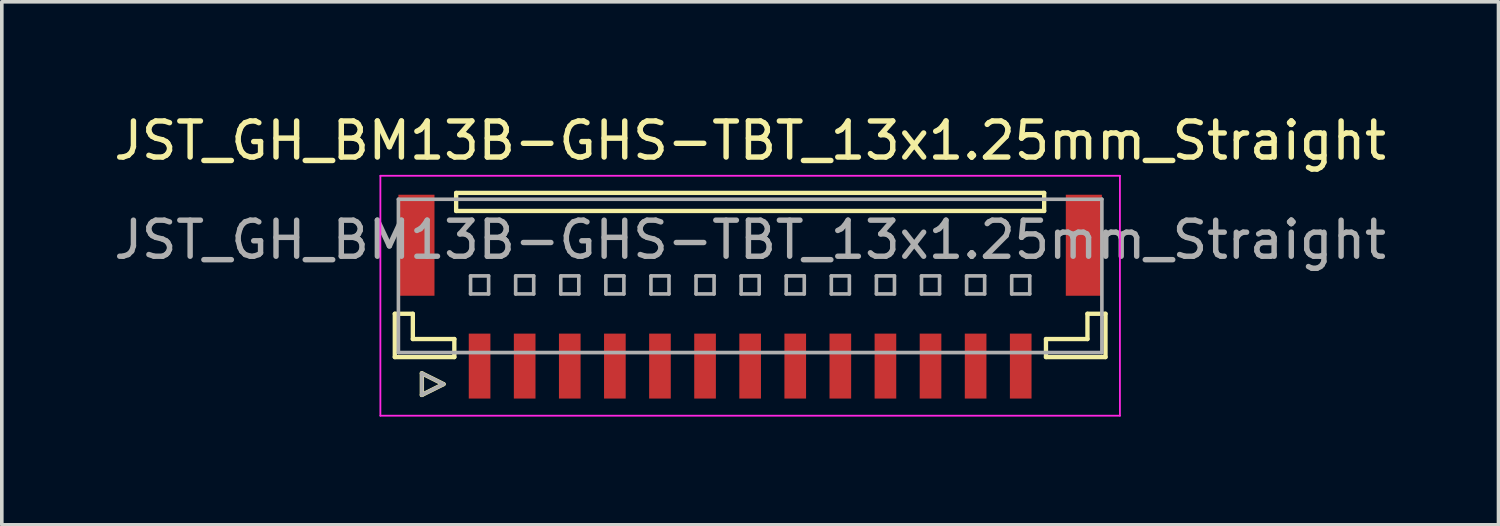
<source format=kicad_pcb>
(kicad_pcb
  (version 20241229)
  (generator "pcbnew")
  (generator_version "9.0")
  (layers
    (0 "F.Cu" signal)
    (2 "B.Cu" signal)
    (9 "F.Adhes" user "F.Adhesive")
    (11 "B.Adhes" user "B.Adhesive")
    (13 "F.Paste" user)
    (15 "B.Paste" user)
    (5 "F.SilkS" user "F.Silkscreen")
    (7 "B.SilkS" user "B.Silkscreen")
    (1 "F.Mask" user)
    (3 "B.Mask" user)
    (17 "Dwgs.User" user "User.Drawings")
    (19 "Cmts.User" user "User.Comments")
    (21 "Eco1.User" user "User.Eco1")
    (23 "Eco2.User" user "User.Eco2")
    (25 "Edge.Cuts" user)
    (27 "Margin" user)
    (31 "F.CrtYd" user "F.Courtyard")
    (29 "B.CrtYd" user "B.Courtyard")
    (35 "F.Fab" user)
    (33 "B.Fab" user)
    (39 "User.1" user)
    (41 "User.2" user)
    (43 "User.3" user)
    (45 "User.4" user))
  (footprint "JST_GH_BM13B-GHS-TBT_13x1.25mm_Straight"
    (layer "F.Cu")
    (at 17.744 5.423)
    (property "Reference" "JST_GH_BM13B-GHS-TBT_13x1.25mm_Straight" (at 0 -4.575 0) (layer "F.SilkS") (effects (font (size 1 1) (thickness 0.15))))
    (attr smd)
    (fp_line (start -9.85 0.225) (end -9.85 1.425) (stroke (width 0.12) (type solid)) (layer "F.SilkS"))
    (fp_line (start -9.85 1.425) (end -8.2 1.425) (stroke (width 0.12) (type solid)) (layer "F.SilkS"))
    (fp_line (start -9.35 0.225) (end -9.85 0.225) (stroke (width 0.12) (type solid)) (layer "F.SilkS"))
    (fp_line (start -9.35 0.925) (end -9.35 0.225) (stroke (width 0.12) (type solid)) (layer "F.SilkS"))
    (fp_line (start -9.1 1.875) (end -8.5 2.175) (stroke (width 0.12) (type solid)) (layer "F.SilkS"))
    (fp_line (start -9.1 2.475) (end -9.1 1.875) (stroke (width 0.12) (type solid)) (layer "F.SilkS"))
    (fp_line (start -8.5 2.175) (end -9.1 2.475) (stroke (width 0.12) (type solid)) (layer "F.SilkS"))
    (fp_line (start -8.2 0.925) (end -9.35 0.925) (stroke (width 0.12) (type solid)) (layer "F.SilkS"))
    (fp_line (start -8.2 1.425) (end -8.2 0.925) (stroke (width 0.12) (type solid)) (layer "F.SilkS"))
    (fp_line (start -8.15 -3.125) (end 8.15 -3.125) (stroke (width 0.12) (type solid)) (layer "F.SilkS"))
    (fp_line (start -8.15 -2.625) (end -8.15 -3.125) (stroke (width 0.12) (type solid)) (layer "F.SilkS"))
    (fp_line (start 8.15 -3.125) (end 8.15 -2.625) (stroke (width 0.12) (type solid)) (layer "F.SilkS"))
    (fp_line (start 8.15 -2.625) (end -8.15 -2.625) (stroke (width 0.12) (type solid)) (layer "F.SilkS"))
    (fp_line (start 8.2 0.925) (end 9.35 0.925) (stroke (width 0.12) (type solid)) (layer "F.SilkS"))
    (fp_line (start 8.2 1.425) (end 8.2 0.925) (stroke (width 0.12) (type solid)) (layer "F.SilkS"))
    (fp_line (start 9.35 0.225) (end 9.85 0.225) (stroke (width 0.12) (type solid)) (layer "F.SilkS"))
    (fp_line (start 9.35 0.925) (end 9.35 0.225) (stroke (width 0.12) (type solid)) (layer "F.SilkS"))
    (fp_line (start 9.85 0.225) (end 9.85 1.425) (stroke (width 0.12) (type solid)) (layer "F.SilkS"))
    (fp_line (start 9.85 1.425) (end 8.2 1.425) (stroke (width 0.12) (type solid)) (layer "F.SilkS"))
    (fp_line (start -10.25 -3.6) (end 10.25 -3.6) (stroke (width 0.05) (type solid)) (layer "F.CrtYd"))
    (fp_line (start -10.25 3.05) (end -10.25 -3.6) (stroke (width 0.05) (type solid)) (layer "F.CrtYd"))
    (fp_line (start 10.25 -3.6) (end 10.25 3.05) (stroke (width 0.05) (type solid)) (layer "F.CrtYd"))
    (fp_line (start 10.25 3.05) (end -10.25 3.05) (stroke (width 0.05) (type solid)) (layer "F.CrtYd"))
    (fp_line (start -9.75 -2.95) (end 9.75 -2.95) (stroke (width 0.1) (type solid)) (layer "F.Fab"))
    (fp_line (start -9.75 1.3) (end -9.75 -2.95) (stroke (width 0.1) (type solid)) (layer "F.Fab"))
    (fp_line (start -9.1 1.875) (end -8.5 2.175) (stroke (width 0.1) (type solid)) (layer "F.Fab"))
    (fp_line (start -9.1 2.475) (end -9.1 1.875) (stroke (width 0.1) (type solid)) (layer "F.Fab"))
    (fp_line (start -8.5 2.175) (end -9.1 2.475) (stroke (width 0.1) (type solid)) (layer "F.Fab"))
    (fp_line (start -7.75 -0.825) (end -7.25 -0.825) (stroke (width 0.1) (type solid)) (layer "F.Fab"))
    (fp_line (start -7.75 -0.325) (end -7.75 -0.825) (stroke (width 0.1) (type solid)) (layer "F.Fab"))
    (fp_line (start -7.25 -0.825) (end -7.25 -0.325) (stroke (width 0.1) (type solid)) (layer "F.Fab"))
    (fp_line (start -7.25 -0.325) (end -7.75 -0.325) (stroke (width 0.1) (type solid)) (layer "F.Fab"))
    (fp_line (start -6.5 -0.825) (end -6 -0.825) (stroke (width 0.1) (type solid)) (layer "F.Fab"))
    (fp_line (start -6.5 -0.325) (end -6.5 -0.825) (stroke (width 0.1) (type solid)) (layer "F.Fab"))
    (fp_line (start -6 -0.825) (end -6 -0.325) (stroke (width 0.1) (type solid)) (layer "F.Fab"))
    (fp_line (start -6 -0.325) (end -6.5 -0.325) (stroke (width 0.1) (type solid)) (layer "F.Fab"))
    (fp_line (start -5.25 -0.825) (end -4.75 -0.825) (stroke (width 0.1) (type solid)) (layer "F.Fab"))
    (fp_line (start -5.25 -0.325) (end -5.25 -0.825) (stroke (width 0.1) (type solid)) (layer "F.Fab"))
    (fp_line (start -4.75 -0.825) (end -4.75 -0.325) (stroke (width 0.1) (type solid)) (layer "F.Fab"))
    (fp_line (start -4.75 -0.325) (end -5.25 -0.325) (stroke (width 0.1) (type solid)) (layer "F.Fab"))
    (fp_line (start -4 -0.825) (end -3.5 -0.825) (stroke (width 0.1) (type solid)) (layer "F.Fab"))
    (fp_line (start -4 -0.325) (end -4 -0.825) (stroke (width 0.1) (type solid)) (layer "F.Fab"))
    (fp_line (start -3.5 -0.825) (end -3.5 -0.325) (stroke (width 0.1) (type solid)) (layer "F.Fab"))
    (fp_line (start -3.5 -0.325) (end -4 -0.325) (stroke (width 0.1) (type solid)) (layer "F.Fab"))
    (fp_line (start -2.75 -0.825) (end -2.25 -0.825) (stroke (width 0.1) (type solid)) (layer "F.Fab"))
    (fp_line (start -2.75 -0.325) (end -2.75 -0.825) (stroke (width 0.1) (type solid)) (layer "F.Fab"))
    (fp_line (start -2.25 -0.825) (end -2.25 -0.325) (stroke (width 0.1) (type solid)) (layer "F.Fab"))
    (fp_line (start -2.25 -0.325) (end -2.75 -0.325) (stroke (width 0.1) (type solid)) (layer "F.Fab"))
    (fp_line (start -1.5 -0.825) (end -1 -0.825) (stroke (width 0.1) (type solid)) (layer "F.Fab"))
    (fp_line (start -1.5 -0.325) (end -1.5 -0.825) (stroke (width 0.1) (type solid)) (layer "F.Fab"))
    (fp_line (start -1 -0.825) (end -1 -0.325) (stroke (width 0.1) (type solid)) (layer "F.Fab"))
    (fp_line (start -1 -0.325) (end -1.5 -0.325) (stroke (width 0.1) (type solid)) (layer "F.Fab"))
    (fp_line (start -0.25 -0.825) (end 0.25 -0.825) (stroke (width 0.1) (type solid)) (layer "F.Fab"))
    (fp_line (start -0.25 -0.325) (end -0.25 -0.825) (stroke (width 0.1) (type solid)) (layer "F.Fab"))
    (fp_line (start 0.25 -0.825) (end 0.25 -0.325) (stroke (width 0.1) (type solid)) (layer "F.Fab"))
    (fp_line (start 0.25 -0.325) (end -0.25 -0.325) (stroke (width 0.1) (type solid)) (layer "F.Fab"))
    (fp_line (start 1 -0.825) (end 1.5 -0.825) (stroke (width 0.1) (type solid)) (layer "F.Fab"))
    (fp_line (start 1 -0.325) (end 1 -0.825) (stroke (width 0.1) (type solid)) (layer "F.Fab"))
    (fp_line (start 1.5 -0.825) (end 1.5 -0.325) (stroke (width 0.1) (type solid)) (layer "F.Fab"))
    (fp_line (start 1.5 -0.325) (end 1 -0.325) (stroke (width 0.1) (type solid)) (layer "F.Fab"))
    (fp_line (start 2.25 -0.825) (end 2.75 -0.825) (stroke (width 0.1) (type solid)) (layer "F.Fab"))
    (fp_line (start 2.25 -0.325) (end 2.25 -0.825) (stroke (width 0.1) (type solid)) (layer "F.Fab"))
    (fp_line (start 2.75 -0.825) (end 2.75 -0.325) (stroke (width 0.1) (type solid)) (layer "F.Fab"))
    (fp_line (start 2.75 -0.325) (end 2.25 -0.325) (stroke (width 0.1) (type solid)) (layer "F.Fab"))
    (fp_line (start 3.5 -0.825) (end 4 -0.825) (stroke (width 0.1) (type solid)) (layer "F.Fab"))
    (fp_line (start 3.5 -0.325) (end 3.5 -0.825) (stroke (width 0.1) (type solid)) (layer "F.Fab"))
    (fp_line (start 4 -0.825) (end 4 -0.325) (stroke (width 0.1) (type solid)) (layer "F.Fab"))
    (fp_line (start 4 -0.325) (end 3.5 -0.325) (stroke (width 0.1) (type solid)) (layer "F.Fab"))
    (fp_line (start 4.75 -0.825) (end 5.25 -0.825) (stroke (width 0.1) (type solid)) (layer "F.Fab"))
    (fp_line (start 4.75 -0.325) (end 4.75 -0.825) (stroke (width 0.1) (type solid)) (layer "F.Fab"))
    (fp_line (start 5.25 -0.825) (end 5.25 -0.325) (stroke (width 0.1) (type solid)) (layer "F.Fab"))
    (fp_line (start 5.25 -0.325) (end 4.75 -0.325) (stroke (width 0.1) (type solid)) (layer "F.Fab"))
    (fp_line (start 6 -0.825) (end 6.5 -0.825) (stroke (width 0.1) (type solid)) (layer "F.Fab"))
    (fp_line (start 6 -0.325) (end 6 -0.825) (stroke (width 0.1) (type solid)) (layer "F.Fab"))
    (fp_line (start 6.5 -0.825) (end 6.5 -0.325) (stroke (width 0.1) (type solid)) (layer "F.Fab"))
    (fp_line (start 6.5 -0.325) (end 6 -0.325) (stroke (width 0.1) (type solid)) (layer "F.Fab"))
    (fp_line (start 7.25 -0.825) (end 7.75 -0.825) (stroke (width 0.1) (type solid)) (layer "F.Fab"))
    (fp_line (start 7.25 -0.325) (end 7.25 -0.825) (stroke (width 0.1) (type solid)) (layer "F.Fab"))
    (fp_line (start 7.75 -0.825) (end 7.75 -0.325) (stroke (width 0.1) (type solid)) (layer "F.Fab"))
    (fp_line (start 7.75 -0.325) (end 7.25 -0.325) (stroke (width 0.1) (type solid)) (layer "F.Fab"))
    (fp_line (start 9.75 -2.95) (end 9.75 1.3) (stroke (width 0.1) (type solid)) (layer "F.Fab"))
    (fp_line (start 9.75 1.3) (end -9.75 1.3) (stroke (width 0.1) (type solid)) (layer "F.Fab"))
    (fp_text user "${REFERENCE}" (at 0 -1.825 0) (layer "F.Fab") (effects (font (size 1 1) (thickness 0.15))))
    (pad "" smd rect (at -9.25 -1.675) (size 1 2.8) (layers "F.Cu" "F.Mask" "F.Paste"))
    (pad "" smd rect (at 9.25 -1.675) (size 1 2.8) (layers "F.Cu" "F.Mask" "F.Paste"))
    (pad "1" smd rect (at -7.5 1.675) (size 0.6 1.8) (layers "F.Cu" "F.Mask" "F.Paste"))
    (pad "2" smd rect (at -6.25 1.675) (size 0.6 1.8) (layers "F.Cu" "F.Mask" "F.Paste"))
    (pad "3" smd rect (at -5 1.675) (size 0.6 1.8) (layers "F.Cu" "F.Mask" "F.Paste"))
    (pad "4" smd rect (at -3.75 1.675) (size 0.6 1.8) (layers "F.Cu" "F.Mask" "F.Paste"))
    (pad "5" smd rect (at -2.5 1.675) (size 0.6 1.8) (layers "F.Cu" "F.Mask" "F.Paste"))
    (pad "6" smd rect (at -1.25 1.675) (size 0.6 1.8) (layers "F.Cu" "F.Mask" "F.Paste"))
    (pad "7" smd rect (at 0 1.675) (size 0.6 1.8) (layers "F.Cu" "F.Mask" "F.Paste"))
    (pad "8" smd rect (at 1.25 1.675) (size 0.6 1.8) (layers "F.Cu" "F.Mask" "F.Paste"))
    (pad "9" smd rect (at 2.5 1.675) (size 0.6 1.8) (layers "F.Cu" "F.Mask" "F.Paste"))
    (pad "10" smd rect (at 3.75 1.675) (size 0.6 1.8) (layers "F.Cu" "F.Mask" "F.Paste"))
    (pad "11" smd rect (at 5 1.675) (size 0.6 1.8) (layers "F.Cu" "F.Mask" "F.Paste"))
    (pad "12" smd rect (at 6.25 1.675) (size 0.6 1.8) (layers "F.Cu" "F.Mask" "F.Paste"))
    (pad "13" smd rect (at 7.5 1.675) (size 0.6 1.8) (layers "F.Cu" "F.Mask" "F.Paste")))
  (gr_rect
    (start -3 -3)
    (end 38.488 11.498)
    (stroke (width 0.1) (type default))
    (fill no)
    (layer "Edge.Cuts")))
</source>
